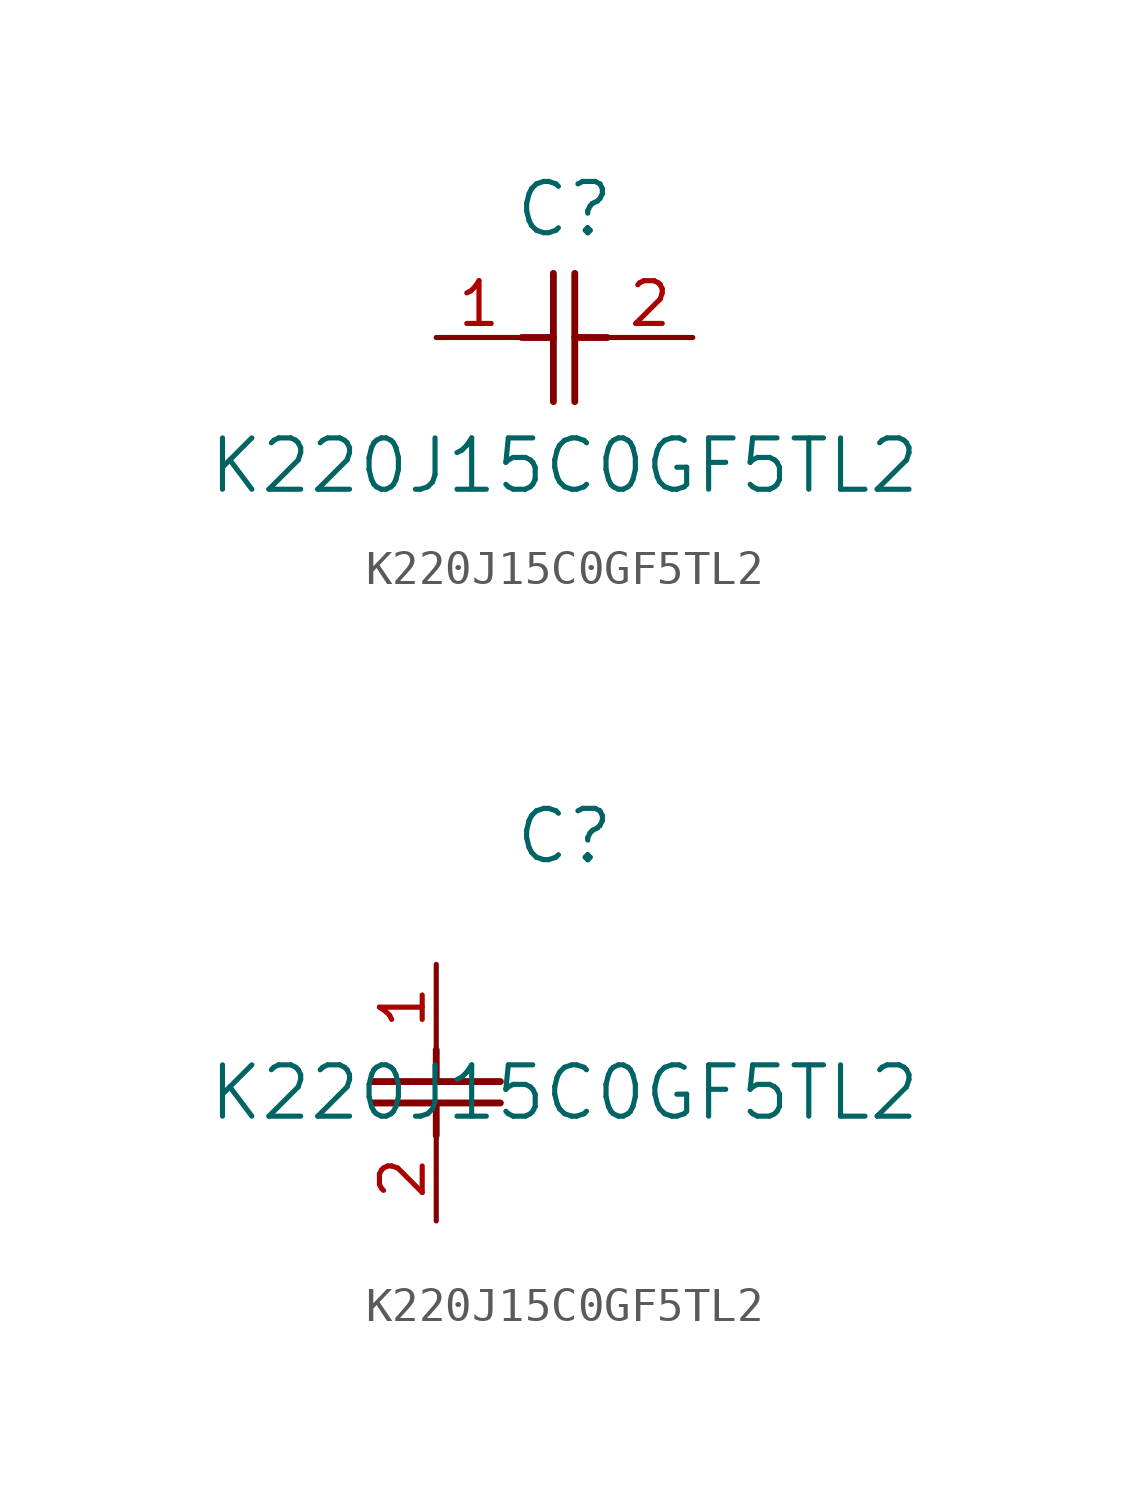
<source format=kicad_sym>
(kicad_symbol_lib
  (version 20211014)
  (generator kicad_symbol_editor)
  (symbol "K220J15C0GF5TL2"
    (pin_names
      (offset 0.254))
    (property "Reference" "C"
      (at 3.81 3.81 0)
      (effects (font (size 1.524 1.524))))
    (property "Value" "K220J15C0GF5TL2"
      (at 3.81 -3.81 0)
      (effects (font (size 1.524 1.524))))
    (symbol "K220J15C0GF5TL2_1_1"
      (polyline (pts (xy 3.48 -1.905) (xy 3.48 1.905)) (stroke (width 0.203) (type default) (color 0 0 0 0)) (fill (type none)))
      (polyline (pts (xy 4.115 -1.905) (xy 4.115 1.905)) (stroke (width 0.203) (type default) (color 0 0 0 0)) (fill (type none)))
      (polyline (pts (xy 4.115 0) (xy 5.08 0)) (stroke (width 0.203) (type default) (color 0 0 0 0)) (fill (type none)))
      (polyline (pts (xy 2.54 0) (xy 3.48 0)) (stroke (width 0.203) (type default) (color 0 0 0 0)) (fill (type none)))
      (pin unspecified line (at 0 0 0) (length 2.54) (name "" (effects (font (size 1.27 1.27)))) (number "1" (effects (font (size 1.27 1.27)))))
      (pin unspecified line (at 7.62 0 180) (length 2.54) (name "" (effects (font (size 1.27 1.27)))) (number "2" (effects (font (size 1.27 1.27))))))
    (symbol "K220J15C0GF5TL2_1_2"
      (polyline (pts (xy -1.905 -3.48) (xy 1.905 -3.48)) (stroke (width 0.203) (type default) (color 0 0 0 0)) (fill (type none)))
      (polyline (pts (xy -1.905 -4.115) (xy 1.905 -4.115)) (stroke (width 0.203) (type default) (color 0 0 0 0)) (fill (type none)))
      (polyline (pts (xy 0 -4.115) (xy 0 -5.08)) (stroke (width 0.203) (type default) (color 0 0 0 0)) (fill (type none)))
      (polyline (pts (xy 0 -2.54) (xy 0 -3.48)) (stroke (width 0.203) (type default) (color 0 0 0 0)) (fill (type none)))
      (pin unspecified line (at 0 0 270) (length 2.54) (name "" (effects (font (size 1.27 1.27)))) (number "1" (effects (font (size 1.27 1.27)))))
      (pin unspecified line (at 0 -7.62 90) (length 2.54) (name "" (effects (font (size 1.27 1.27)))) (number "2" (effects (font (size 1.27 1.27))))))))
</source>
